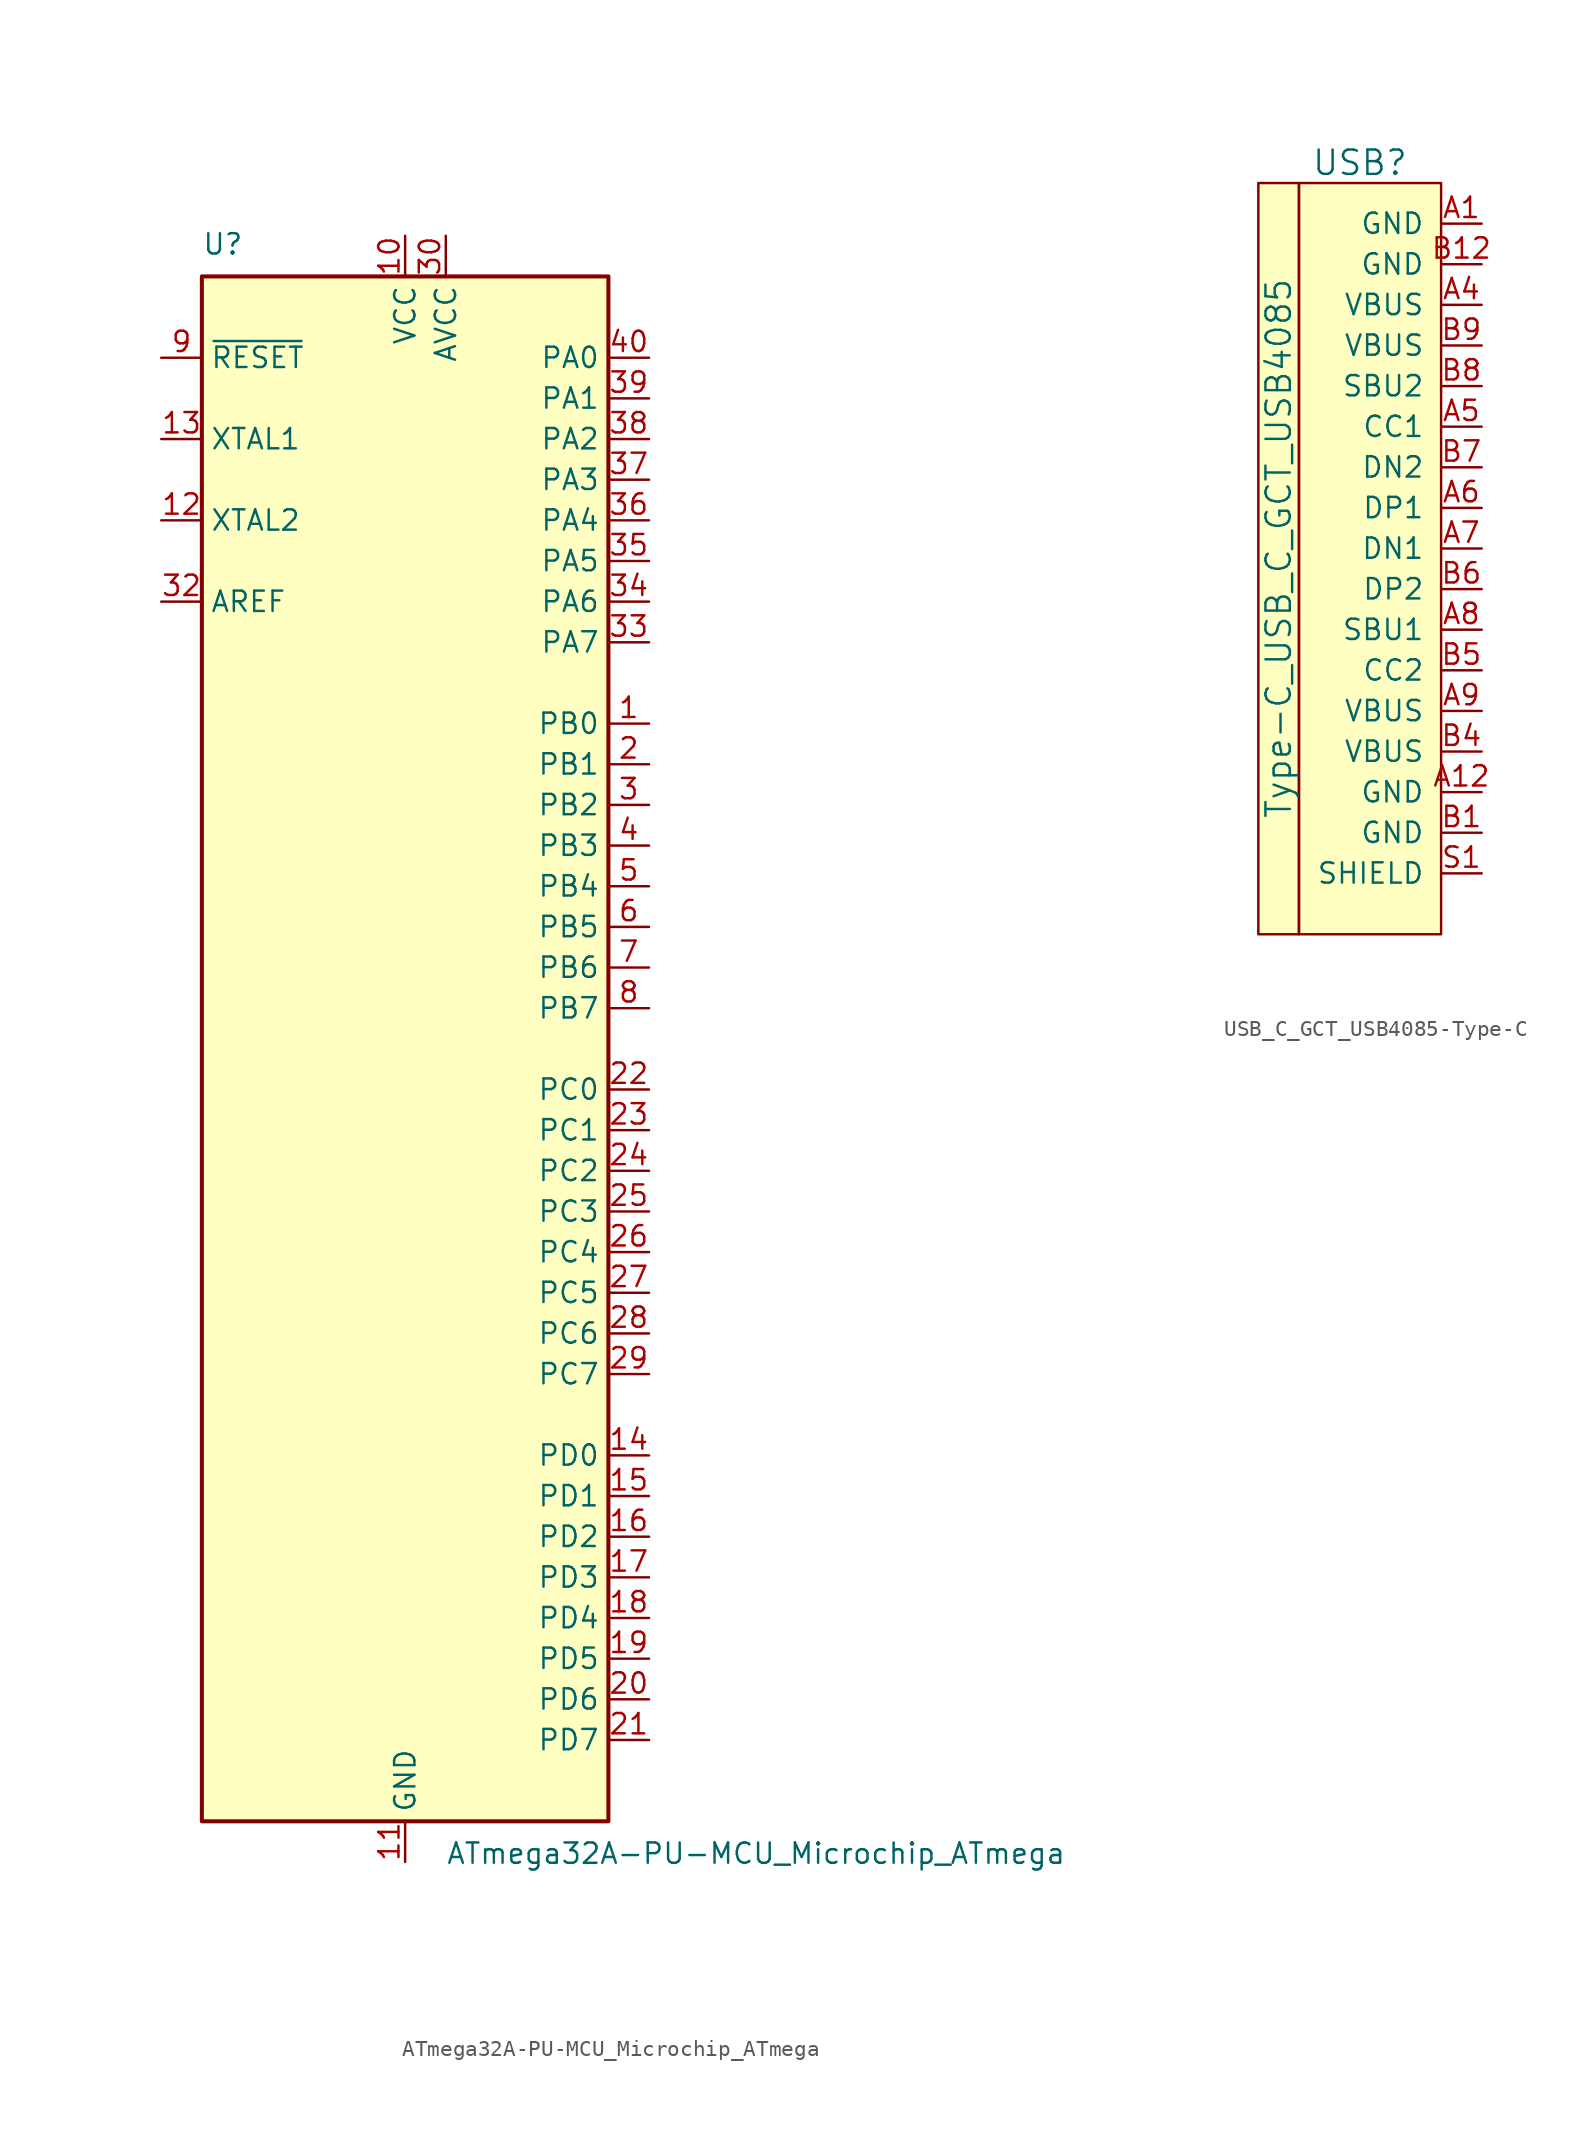
<source format=kicad_sym>
(kicad_symbol_lib
  (version 20220914)
  (generator kicad_symbol_editor)
  (symbol "ATmega32A-PU-MCU_Microchip_ATmega"
    (property "Reference" "U"
      (at -12.7 49.53 0)
      (effects (font (size 1.27 1.27)) (justify left bottom)))
    (property "Value" "ATmega32A-PU-MCU_Microchip_ATmega"
      (at 2.54 -49.53 0)
      (effects (font (size 1.27 1.27)) (justify left top)))
    (symbol "ATmega32A-PU-MCU_Microchip_ATmega_0_1"
      (rectangle (start -12.7 -48.26) (end 12.7 48.26) (stroke (width 0.254) (type solid)) (fill (type background))))
    (symbol "ATmega32A-PU-MCU_Microchip_ATmega_1_1"
      (pin tri_state line (at 15.24 20.32 180) (length 2.54) (name "PB0" (effects (font (size 1.27 1.27)))) (number "1" (effects (font (size 1.27 1.27)))))
      (pin power_in line (at 0 50.8 270) (length 2.54) (name "VCC" (effects (font (size 1.27 1.27)))) (number "10" (effects (font (size 1.27 1.27)))))
      (pin power_in line (at 0 -50.8 90) (length 2.54) (name "GND" (effects (font (size 1.27 1.27)))) (number "11" (effects (font (size 1.27 1.27)))))
      (pin output line (at -15.24 33.02 0) (length 2.54) (name "XTAL2" (effects (font (size 1.27 1.27)))) (number "12" (effects (font (size 1.27 1.27)))))
      (pin input line (at -15.24 38.1 0) (length 2.54) (name "XTAL1" (effects (font (size 1.27 1.27)))) (number "13" (effects (font (size 1.27 1.27)))))
      (pin tri_state line (at 15.24 -25.4 180) (length 2.54) (name "PD0" (effects (font (size 1.27 1.27)))) (number "14" (effects (font (size 1.27 1.27)))))
      (pin tri_state line (at 15.24 -27.94 180) (length 2.54) (name "PD1" (effects (font (size 1.27 1.27)))) (number "15" (effects (font (size 1.27 1.27)))))
      (pin tri_state line (at 15.24 -30.48 180) (length 2.54) (name "PD2" (effects (font (size 1.27 1.27)))) (number "16" (effects (font (size 1.27 1.27)))))
      (pin tri_state line (at 15.24 -33.02 180) (length 2.54) (name "PD3" (effects (font (size 1.27 1.27)))) (number "17" (effects (font (size 1.27 1.27)))))
      (pin tri_state line (at 15.24 -35.56 180) (length 2.54) (name "PD4" (effects (font (size 1.27 1.27)))) (number "18" (effects (font (size 1.27 1.27)))))
      (pin tri_state line (at 15.24 -38.1 180) (length 2.54) (name "PD5" (effects (font (size 1.27 1.27)))) (number "19" (effects (font (size 1.27 1.27)))))
      (pin tri_state line (at 15.24 17.78 180) (length 2.54) (name "PB1" (effects (font (size 1.27 1.27)))) (number "2" (effects (font (size 1.27 1.27)))))
      (pin tri_state line (at 15.24 -40.64 180) (length 2.54) (name "PD6" (effects (font (size 1.27 1.27)))) (number "20" (effects (font (size 1.27 1.27)))))
      (pin tri_state line (at 15.24 -43.18 180) (length 2.54) (name "PD7" (effects (font (size 1.27 1.27)))) (number "21" (effects (font (size 1.27 1.27)))))
      (pin tri_state line (at 15.24 -2.54 180) (length 2.54) (name "PC0" (effects (font (size 1.27 1.27)))) (number "22" (effects (font (size 1.27 1.27)))))
      (pin tri_state line (at 15.24 -5.08 180) (length 2.54) (name "PC1" (effects (font (size 1.27 1.27)))) (number "23" (effects (font (size 1.27 1.27)))))
      (pin tri_state line (at 15.24 -7.62 180) (length 2.54) (name "PC2" (effects (font (size 1.27 1.27)))) (number "24" (effects (font (size 1.27 1.27)))))
      (pin tri_state line (at 15.24 -10.16 180) (length 2.54) (name "PC3" (effects (font (size 1.27 1.27)))) (number "25" (effects (font (size 1.27 1.27)))))
      (pin tri_state line (at 15.24 -12.7 180) (length 2.54) (name "PC4" (effects (font (size 1.27 1.27)))) (number "26" (effects (font (size 1.27 1.27)))))
      (pin tri_state line (at 15.24 -15.24 180) (length 2.54) (name "PC5" (effects (font (size 1.27 1.27)))) (number "27" (effects (font (size 1.27 1.27)))))
      (pin tri_state line (at 15.24 -17.78 180) (length 2.54) (name "PC6" (effects (font (size 1.27 1.27)))) (number "28" (effects (font (size 1.27 1.27)))))
      (pin tri_state line (at 15.24 -20.32 180) (length 2.54) (name "PC7" (effects (font (size 1.27 1.27)))) (number "29" (effects (font (size 1.27 1.27)))))
      (pin tri_state line (at 15.24 15.24 180) (length 2.54) (name "PB2" (effects (font (size 1.27 1.27)))) (number "3" (effects (font (size 1.27 1.27)))))
      (pin power_in line (at 2.54 50.8 270) (length 2.54) (name "AVCC" (effects (font (size 1.27 1.27)))) (number "30" (effects (font (size 1.27 1.27)))))
      (pin passive line (at 0 -50.8 90) (length 2.54) hide (name "GND" (effects (font (size 1.27 1.27)))) (number "31" (effects (font (size 1.27 1.27)))))
      (pin passive line (at -15.24 27.94 0) (length 2.54) (name "AREF" (effects (font (size 1.27 1.27)))) (number "32" (effects (font (size 1.27 1.27)))))
      (pin tri_state line (at 15.24 25.4 180) (length 2.54) (name "PA7" (effects (font (size 1.27 1.27)))) (number "33" (effects (font (size 1.27 1.27)))))
      (pin tri_state line (at 15.24 27.94 180) (length 2.54) (name "PA6" (effects (font (size 1.27 1.27)))) (number "34" (effects (font (size 1.27 1.27)))))
      (pin tri_state line (at 15.24 30.48 180) (length 2.54) (name "PA5" (effects (font (size 1.27 1.27)))) (number "35" (effects (font (size 1.27 1.27)))))
      (pin tri_state line (at 15.24 33.02 180) (length 2.54) (name "PA4" (effects (font (size 1.27 1.27)))) (number "36" (effects (font (size 1.27 1.27)))))
      (pin tri_state line (at 15.24 35.56 180) (length 2.54) (name "PA3" (effects (font (size 1.27 1.27)))) (number "37" (effects (font (size 1.27 1.27)))))
      (pin tri_state line (at 15.24 38.1 180) (length 2.54) (name "PA2" (effects (font (size 1.27 1.27)))) (number "38" (effects (font (size 1.27 1.27)))))
      (pin tri_state line (at 15.24 40.64 180) (length 2.54) (name "PA1" (effects (font (size 1.27 1.27)))) (number "39" (effects (font (size 1.27 1.27)))))
      (pin tri_state line (at 15.24 12.7 180) (length 2.54) (name "PB3" (effects (font (size 1.27 1.27)))) (number "4" (effects (font (size 1.27 1.27)))))
      (pin tri_state line (at 15.24 43.18 180) (length 2.54) (name "PA0" (effects (font (size 1.27 1.27)))) (number "40" (effects (font (size 1.27 1.27)))))
      (pin tri_state line (at 15.24 10.16 180) (length 2.54) (name "PB4" (effects (font (size 1.27 1.27)))) (number "5" (effects (font (size 1.27 1.27)))))
      (pin tri_state line (at 15.24 7.62 180) (length 2.54) (name "PB5" (effects (font (size 1.27 1.27)))) (number "6" (effects (font (size 1.27 1.27)))))
      (pin tri_state line (at 15.24 5.08 180) (length 2.54) (name "PB6" (effects (font (size 1.27 1.27)))) (number "7" (effects (font (size 1.27 1.27)))))
      (pin tri_state line (at 15.24 2.54 180) (length 2.54) (name "PB7" (effects (font (size 1.27 1.27)))) (number "8" (effects (font (size 1.27 1.27)))))
      (pin input line (at -15.24 43.18 0) (length 2.54) (name "~{RESET}" (effects (font (size 1.27 1.27)))) (number "9" (effects (font (size 1.27 1.27)))))))
  (symbol "USB_C_GCT_USB4085-Type-C"
    (pin_names
      (offset 1.016))
    (property "Reference" "USB"
      (at -5.08 22.86 0)
      (effects (font (size 1.524 1.524))))
    (property "Value" "Type-C_USB_C_GCT_USB4085"
      (at -10.16 -1.27 90)
      (effects (font (size 1.524 1.524))))
    (symbol "USB_C_GCT_USB4085-Type-C_0_1"
      (rectangle (start -11.43 21.59) (end -8.89 -25.4) (stroke (width 0) (type solid)) (fill (type background)))
      (rectangle (start 0 -25.4) (end -8.89 21.59) (stroke (width 0) (type solid)) (fill (type background))))
    (symbol "USB_C_GCT_USB4085-Type-C_1_1"
      (pin input line (at 2.54 19.05 180) (length 2.54) (name "GND" (effects (font (size 1.27 1.27)))) (number "A1" (effects (font (size 1.27 1.27)))))
      (pin input line (at 2.54 -16.51 180) (length 2.54) (name "GND" (effects (font (size 1.27 1.27)))) (number "A12" (effects (font (size 1.27 1.27)))))
      (pin input line (at 2.54 13.97 180) (length 2.54) (name "VBUS" (effects (font (size 1.27 1.27)))) (number "A4" (effects (font (size 1.27 1.27)))))
      (pin input line (at 2.54 6.35 180) (length 2.54) (name "CC1" (effects (font (size 1.27 1.27)))) (number "A5" (effects (font (size 1.27 1.27)))))
      (pin input line (at 2.54 1.27 180) (length 2.54) (name "DP1" (effects (font (size 1.27 1.27)))) (number "A6" (effects (font (size 1.27 1.27)))))
      (pin input line (at 2.54 -1.27 180) (length 2.54) (name "DN1" (effects (font (size 1.27 1.27)))) (number "A7" (effects (font (size 1.27 1.27)))))
      (pin input line (at 2.54 -6.35 180) (length 2.54) (name "SBU1" (effects (font (size 1.27 1.27)))) (number "A8" (effects (font (size 1.27 1.27)))))
      (pin input line (at 2.54 -11.43 180) (length 2.54) (name "VBUS" (effects (font (size 1.27 1.27)))) (number "A9" (effects (font (size 1.27 1.27)))))
      (pin input line (at 2.54 -19.05 180) (length 2.54) (name "GND" (effects (font (size 1.27 1.27)))) (number "B1" (effects (font (size 1.27 1.27)))))
      (pin input line (at 2.54 16.51 180) (length 2.54) (name "GND" (effects (font (size 1.27 1.27)))) (number "B12" (effects (font (size 1.27 1.27)))))
      (pin input line (at 2.54 -13.97 180) (length 2.54) (name "VBUS" (effects (font (size 1.27 1.27)))) (number "B4" (effects (font (size 1.27 1.27)))))
      (pin input line (at 2.54 -8.89 180) (length 2.54) (name "CC2" (effects (font (size 1.27 1.27)))) (number "B5" (effects (font (size 1.27 1.27)))))
      (pin input line (at 2.54 -3.81 180) (length 2.54) (name "DP2" (effects (font (size 1.27 1.27)))) (number "B6" (effects (font (size 1.27 1.27)))))
      (pin input line (at 2.54 3.81 180) (length 2.54) (name "DN2" (effects (font (size 1.27 1.27)))) (number "B7" (effects (font (size 1.27 1.27)))))
      (pin input line (at 2.54 8.89 180) (length 2.54) (name "SBU2" (effects (font (size 1.27 1.27)))) (number "B8" (effects (font (size 1.27 1.27)))))
      (pin input line (at 2.54 11.43 180) (length 2.54) (name "VBUS" (effects (font (size 1.27 1.27)))) (number "B9" (effects (font (size 1.27 1.27)))))
      (pin input line (at 2.54 -21.59 180) (length 2.54) (name "SHIELD" (effects (font (size 1.27 1.27)))) (number "S1" (effects (font (size 1.27 1.27))))))))
</source>
